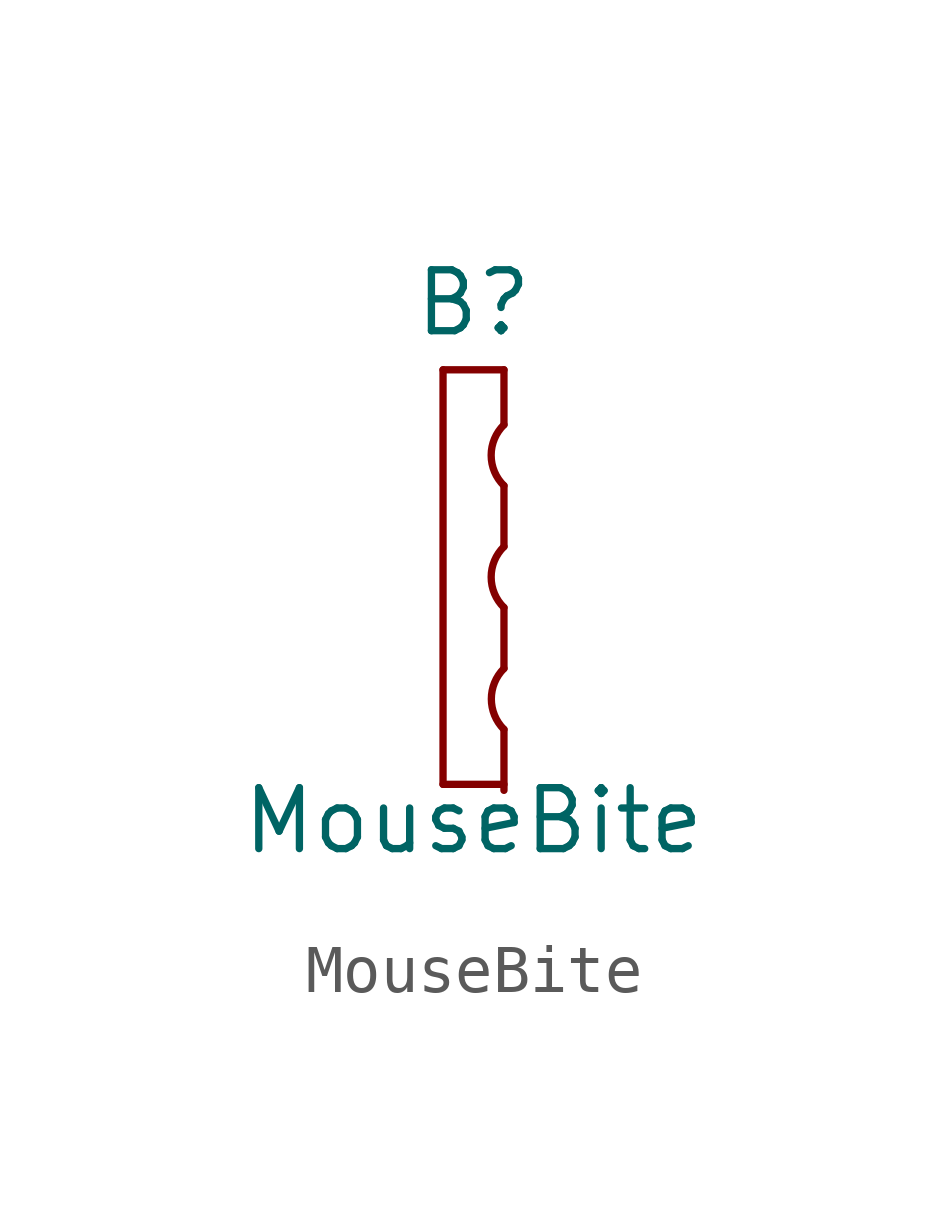
<source format=kicad_sym>
(kicad_symbol_lib
  (version 20241209)
  (generator "kicad_symbol_editor")
  (generator_version "9.0")
  (symbol "MouseBite"
    (property "Reference" "B"
      (at 0.635 5.715 0)
      (effects (font (size 1.27 1.27))))
    (property "Value" "MouseBite"
      (at 0.635 -5.08 0)
      (effects (font (size 1.27 1.27))))
    (symbol "MouseBite_1_1"
      (polyline (pts (xy 0 4.32) (xy 1.27 4.32)) (stroke (width 0) (type default)) (fill (type none)))
      (polyline (pts (xy 0 -4.32) (xy 0 4.32)) (stroke (width 0) (type default)) (fill (type none)))
      (polyline (pts (xy 0 -4.32) (xy 1.27 -4.32)) (stroke (width 0) (type default)) (fill (type none)))
      (polyline (pts (xy 1.27 4.32) (xy 1.27 3.175)) (stroke (width 0) (type default)) (fill (type none)))
      (polyline (pts (xy 1.27 0.635) (xy 1.27 1.905)) (stroke (width 0) (type default)) (fill (type none)))
      (polyline (pts (xy 1.27 -1.905) (xy 1.27 -0.635)) (stroke (width 0) (type default)) (fill (type none)))
      (polyline (pts (xy 1.27 -3.175) (xy 1.27 -4.445)) (stroke (width 0) (type default)) (fill (type none)))
      (arc (start 1.27 1.905) (mid 1.0031 2.54) (end 1.27 3.175) (stroke (width 0) (type default)) (fill (type none)))
      (arc (start 1.27 -0.635) (mid 1.0031 0) (end 1.27 0.635) (stroke (width 0) (type default)) (fill (type none)))
      (arc (start 1.27 -3.175) (mid 1.007 -2.54) (end 1.27 -1.905) (stroke (width 0) (type default)) (fill (type none))))))
</source>
